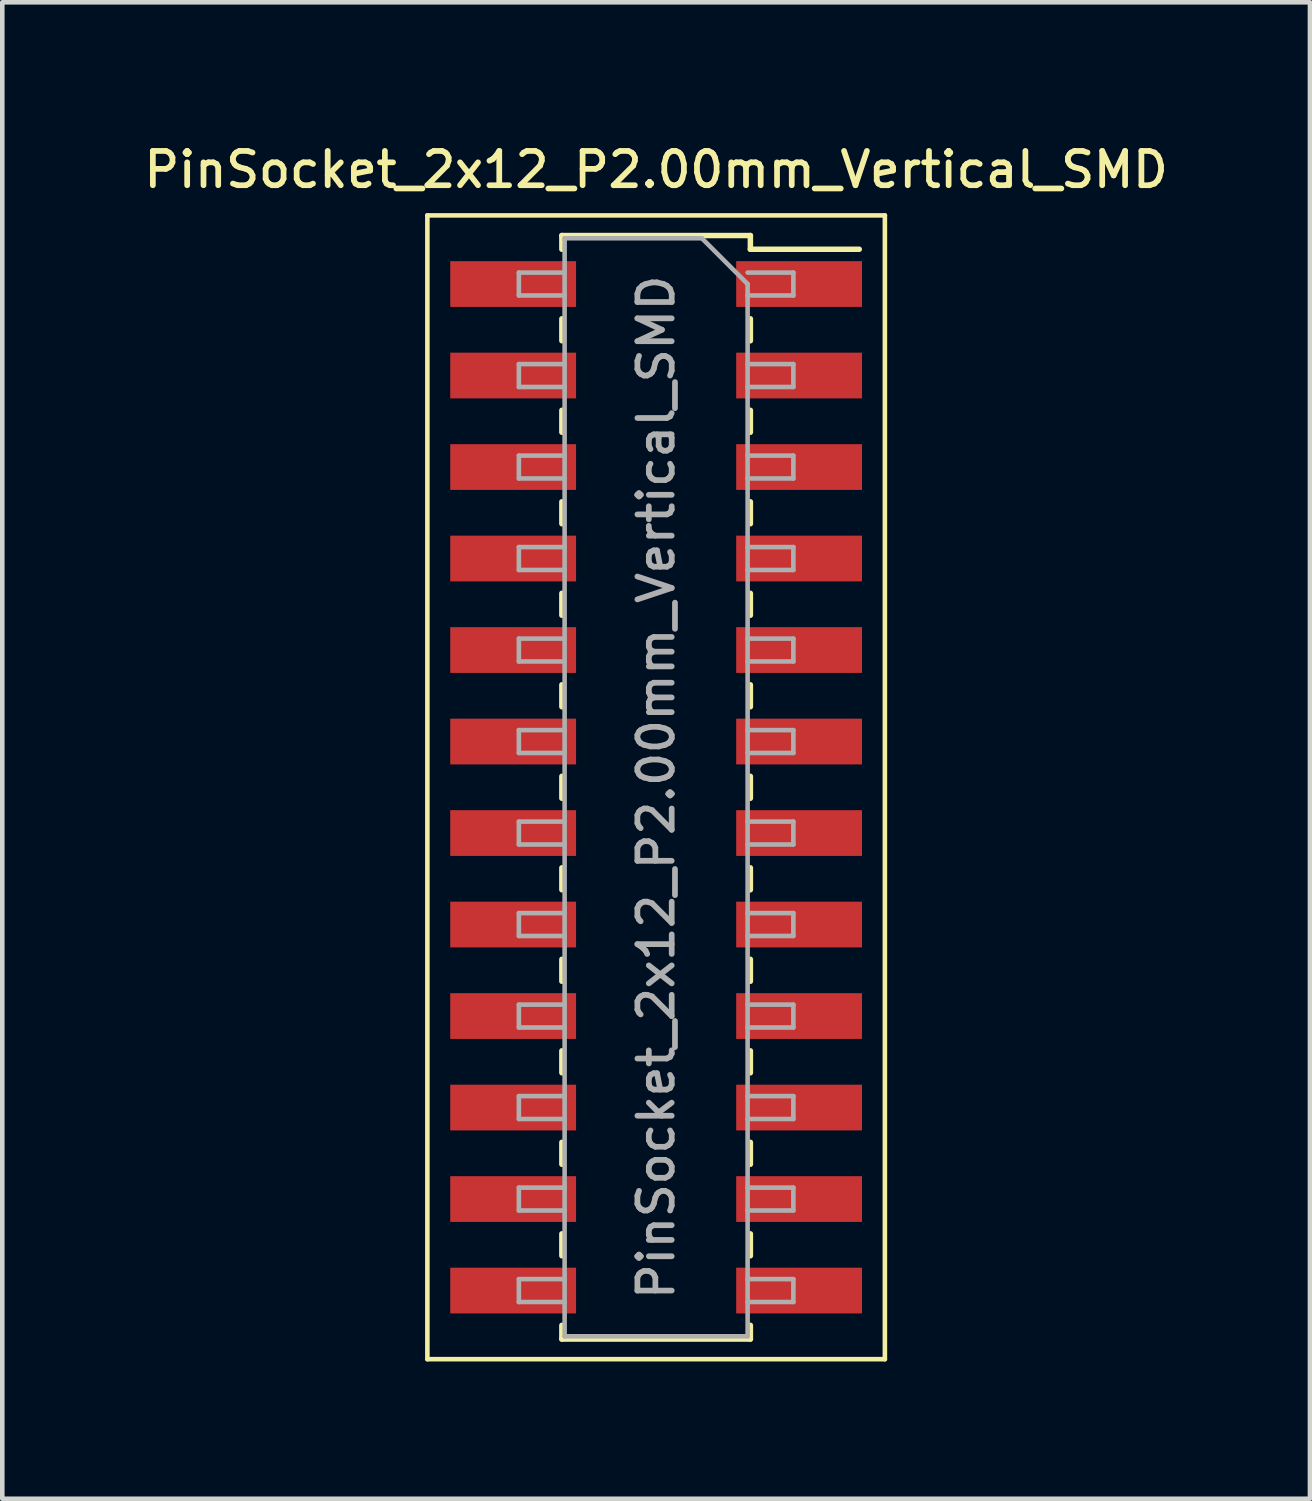
<source format=kicad_pcb>
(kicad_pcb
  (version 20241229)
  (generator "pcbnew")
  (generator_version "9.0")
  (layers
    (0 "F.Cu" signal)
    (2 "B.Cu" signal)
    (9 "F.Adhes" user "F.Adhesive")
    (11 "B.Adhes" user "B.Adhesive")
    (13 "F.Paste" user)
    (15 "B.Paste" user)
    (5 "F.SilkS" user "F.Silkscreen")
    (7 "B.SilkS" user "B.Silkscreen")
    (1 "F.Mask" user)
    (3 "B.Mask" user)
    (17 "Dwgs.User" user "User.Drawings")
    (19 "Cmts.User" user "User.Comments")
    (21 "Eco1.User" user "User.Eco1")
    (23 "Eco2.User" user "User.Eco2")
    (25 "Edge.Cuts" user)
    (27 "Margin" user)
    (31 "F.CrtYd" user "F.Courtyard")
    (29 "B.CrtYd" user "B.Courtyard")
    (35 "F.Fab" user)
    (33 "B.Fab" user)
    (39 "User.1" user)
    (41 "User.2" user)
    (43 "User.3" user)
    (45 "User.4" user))
  (footprint "PinSocket_2x12_P2.00mm_Vertical_SMD"
    (layer "F.Cu")
    (at 11.291 14.158)
    (property "Reference" "PinSocket_2x12_P2.00mm_Vertical_SMD" (at 0 -13.5 0) (layer "F.SilkS") (effects (font (size 0.75 0.75) (thickness 0.125))))
    (attr smd)
    (fp_line (start -5 -12.5) (end 5 -12.5) (stroke (width 0.1) (type solid)) (layer "F.SilkS"))
    (fp_line (start -5 12.5) (end -5 -12.5) (stroke (width 0.1) (type solid)) (layer "F.SilkS"))
    (fp_line (start -2.06 -12.06) (end -2.06 -11.76) (stroke (width 0.12) (type solid)) (layer "F.SilkS"))
    (fp_line (start -2.06 -12.06) (end 2.06 -12.06) (stroke (width 0.12) (type solid)) (layer "F.SilkS"))
    (fp_line (start -2.06 -10.24) (end -2.06 -9.76) (stroke (width 0.12) (type solid)) (layer "F.SilkS"))
    (fp_line (start -2.06 -8.24) (end -2.06 -7.76) (stroke (width 0.12) (type solid)) (layer "F.SilkS"))
    (fp_line (start -2.06 -6.24) (end -2.06 -5.76) (stroke (width 0.12) (type solid)) (layer "F.SilkS"))
    (fp_line (start -2.06 -4.24) (end -2.06 -3.76) (stroke (width 0.12) (type solid)) (layer "F.SilkS"))
    (fp_line (start -2.06 -2.24) (end -2.06 -1.76) (stroke (width 0.12) (type solid)) (layer "F.SilkS"))
    (fp_line (start -2.06 -0.24) (end -2.06 0.24) (stroke (width 0.12) (type solid)) (layer "F.SilkS"))
    (fp_line (start -2.06 1.76) (end -2.06 2.24) (stroke (width 0.12) (type solid)) (layer "F.SilkS"))
    (fp_line (start -2.06 3.76) (end -2.06 4.24) (stroke (width 0.12) (type solid)) (layer "F.SilkS"))
    (fp_line (start -2.06 5.76) (end -2.06 6.24) (stroke (width 0.12) (type solid)) (layer "F.SilkS"))
    (fp_line (start -2.06 7.76) (end -2.06 8.24) (stroke (width 0.12) (type solid)) (layer "F.SilkS"))
    (fp_line (start -2.06 9.76) (end -2.06 10.24) (stroke (width 0.12) (type solid)) (layer "F.SilkS"))
    (fp_line (start -2.06 11.76) (end -2.06 12.06) (stroke (width 0.12) (type solid)) (layer "F.SilkS"))
    (fp_line (start -2.06 12.06) (end 2.06 12.06) (stroke (width 0.12) (type solid)) (layer "F.SilkS"))
    (fp_line (start 2.06 -12.06) (end 2.06 -11.76) (stroke (width 0.12) (type solid)) (layer "F.SilkS"))
    (fp_line (start 2.06 -11.76) (end 4.44 -11.76) (stroke (width 0.12) (type solid)) (layer "F.SilkS"))
    (fp_line (start 2.06 -10.24) (end 2.06 -9.76) (stroke (width 0.12) (type solid)) (layer "F.SilkS"))
    (fp_line (start 2.06 -8.24) (end 2.06 -7.76) (stroke (width 0.12) (type solid)) (layer "F.SilkS"))
    (fp_line (start 2.06 -6.24) (end 2.06 -5.76) (stroke (width 0.12) (type solid)) (layer "F.SilkS"))
    (fp_line (start 2.06 -4.24) (end 2.06 -3.76) (stroke (width 0.12) (type solid)) (layer "F.SilkS"))
    (fp_line (start 2.06 -2.24) (end 2.06 -1.76) (stroke (width 0.12) (type solid)) (layer "F.SilkS"))
    (fp_line (start 2.06 -0.24) (end 2.06 0.24) (stroke (width 0.12) (type solid)) (layer "F.SilkS"))
    (fp_line (start 2.06 1.76) (end 2.06 2.24) (stroke (width 0.12) (type solid)) (layer "F.SilkS"))
    (fp_line (start 2.06 3.76) (end 2.06 4.24) (stroke (width 0.12) (type solid)) (layer "F.SilkS"))
    (fp_line (start 2.06 5.76) (end 2.06 6.24) (stroke (width 0.12) (type solid)) (layer "F.SilkS"))
    (fp_line (start 2.06 7.76) (end 2.06 8.24) (stroke (width 0.12) (type solid)) (layer "F.SilkS"))
    (fp_line (start 2.06 9.76) (end 2.06 10.24) (stroke (width 0.12) (type solid)) (layer "F.SilkS"))
    (fp_line (start 2.06 11.76) (end 2.06 12.06) (stroke (width 0.12) (type solid)) (layer "F.SilkS"))
    (fp_line (start 5 -12.5) (end 5 12.5) (stroke (width 0.1) (type solid)) (layer "F.SilkS"))
    (fp_line (start 5 12.5) (end -5 12.5) (stroke (width 0.1) (type solid)) (layer "F.SilkS"))
    (fp_line (start -3 -11.25) (end -2 -11.25) (stroke (width 0.1) (type solid)) (layer "F.Fab"))
    (fp_line (start -3 -10.75) (end -3 -11.25) (stroke (width 0.1) (type solid)) (layer "F.Fab"))
    (fp_line (start -3 -9.25) (end -2 -9.25) (stroke (width 0.1) (type solid)) (layer "F.Fab"))
    (fp_line (start -3 -8.75) (end -3 -9.25) (stroke (width 0.1) (type solid)) (layer "F.Fab"))
    (fp_line (start -3 -7.25) (end -2 -7.25) (stroke (width 0.1) (type solid)) (layer "F.Fab"))
    (fp_line (start -3 -6.75) (end -3 -7.25) (stroke (width 0.1) (type solid)) (layer "F.Fab"))
    (fp_line (start -3 -5.25) (end -2 -5.25) (stroke (width 0.1) (type solid)) (layer "F.Fab"))
    (fp_line (start -3 -4.75) (end -3 -5.25) (stroke (width 0.1) (type solid)) (layer "F.Fab"))
    (fp_line (start -3 -3.25) (end -2 -3.25) (stroke (width 0.1) (type solid)) (layer "F.Fab"))
    (fp_line (start -3 -2.75) (end -3 -3.25) (stroke (width 0.1) (type solid)) (layer "F.Fab"))
    (fp_line (start -3 -1.25) (end -2 -1.25) (stroke (width 0.1) (type solid)) (layer "F.Fab"))
    (fp_line (start -3 -0.75) (end -3 -1.25) (stroke (width 0.1) (type solid)) (layer "F.Fab"))
    (fp_line (start -3 0.75) (end -2 0.75) (stroke (width 0.1) (type solid)) (layer "F.Fab"))
    (fp_line (start -3 1.25) (end -3 0.75) (stroke (width 0.1) (type solid)) (layer "F.Fab"))
    (fp_line (start -3 2.75) (end -2 2.75) (stroke (width 0.1) (type solid)) (layer "F.Fab"))
    (fp_line (start -3 3.25) (end -3 2.75) (stroke (width 0.1) (type solid)) (layer "F.Fab"))
    (fp_line (start -3 4.75) (end -2 4.75) (stroke (width 0.1) (type solid)) (layer "F.Fab"))
    (fp_line (start -3 5.25) (end -3 4.75) (stroke (width 0.1) (type solid)) (layer "F.Fab"))
    (fp_line (start -3 6.75) (end -2 6.75) (stroke (width 0.1) (type solid)) (layer "F.Fab"))
    (fp_line (start -3 7.25) (end -3 6.75) (stroke (width 0.1) (type solid)) (layer "F.Fab"))
    (fp_line (start -3 8.75) (end -2 8.75) (stroke (width 0.1) (type solid)) (layer "F.Fab"))
    (fp_line (start -3 9.25) (end -3 8.75) (stroke (width 0.1) (type solid)) (layer "F.Fab"))
    (fp_line (start -3 10.75) (end -2 10.75) (stroke (width 0.1) (type solid)) (layer "F.Fab"))
    (fp_line (start -3 11.25) (end -3 10.75) (stroke (width 0.1) (type solid)) (layer "F.Fab"))
    (fp_line (start -2 -12) (end 1 -12) (stroke (width 0.1) (type solid)) (layer "F.Fab"))
    (fp_line (start -2 -10.75) (end -3 -10.75) (stroke (width 0.1) (type solid)) (layer "F.Fab"))
    (fp_line (start -2 -8.75) (end -3 -8.75) (stroke (width 0.1) (type solid)) (layer "F.Fab"))
    (fp_line (start -2 -6.75) (end -3 -6.75) (stroke (width 0.1) (type solid)) (layer "F.Fab"))
    (fp_line (start -2 -4.75) (end -3 -4.75) (stroke (width 0.1) (type solid)) (layer "F.Fab"))
    (fp_line (start -2 -2.75) (end -3 -2.75) (stroke (width 0.1) (type solid)) (layer "F.Fab"))
    (fp_line (start -2 -0.75) (end -3 -0.75) (stroke (width 0.1) (type solid)) (layer "F.Fab"))
    (fp_line (start -2 1.25) (end -3 1.25) (stroke (width 0.1) (type solid)) (layer "F.Fab"))
    (fp_line (start -2 3.25) (end -3 3.25) (stroke (width 0.1) (type solid)) (layer "F.Fab"))
    (fp_line (start -2 5.25) (end -3 5.25) (stroke (width 0.1) (type solid)) (layer "F.Fab"))
    (fp_line (start -2 7.25) (end -3 7.25) (stroke (width 0.1) (type solid)) (layer "F.Fab"))
    (fp_line (start -2 9.25) (end -3 9.25) (stroke (width 0.1) (type solid)) (layer "F.Fab"))
    (fp_line (start -2 11.25) (end -3 11.25) (stroke (width 0.1) (type solid)) (layer "F.Fab"))
    (fp_line (start -2 12) (end -2 -12) (stroke (width 0.1) (type solid)) (layer "F.Fab"))
    (fp_line (start 1 -12) (end 2 -11) (stroke (width 0.1) (type solid)) (layer "F.Fab"))
    (fp_line (start 2 -11.25) (end 3 -11.25) (stroke (width 0.1) (type solid)) (layer "F.Fab"))
    (fp_line (start 2 -11) (end 2 12) (stroke (width 0.1) (type solid)) (layer "F.Fab"))
    (fp_line (start 2 -9.25) (end 3 -9.25) (stroke (width 0.1) (type solid)) (layer "F.Fab"))
    (fp_line (start 2 -7.25) (end 3 -7.25) (stroke (width 0.1) (type solid)) (layer "F.Fab"))
    (fp_line (start 2 -5.25) (end 3 -5.25) (stroke (width 0.1) (type solid)) (layer "F.Fab"))
    (fp_line (start 2 -3.25) (end 3 -3.25) (stroke (width 0.1) (type solid)) (layer "F.Fab"))
    (fp_line (start 2 -1.25) (end 3 -1.25) (stroke (width 0.1) (type solid)) (layer "F.Fab"))
    (fp_line (start 2 0.75) (end 3 0.75) (stroke (width 0.1) (type solid)) (layer "F.Fab"))
    (fp_line (start 2 2.75) (end 3 2.75) (stroke (width 0.1) (type solid)) (layer "F.Fab"))
    (fp_line (start 2 4.75) (end 3 4.75) (stroke (width 0.1) (type solid)) (layer "F.Fab"))
    (fp_line (start 2 6.75) (end 3 6.75) (stroke (width 0.1) (type solid)) (layer "F.Fab"))
    (fp_line (start 2 8.75) (end 3 8.75) (stroke (width 0.1) (type solid)) (layer "F.Fab"))
    (fp_line (start 2 10.75) (end 3 10.75) (stroke (width 0.1) (type solid)) (layer "F.Fab"))
    (fp_line (start 2 12) (end -2 12) (stroke (width 0.1) (type solid)) (layer "F.Fab"))
    (fp_line (start 3 -11.25) (end 3 -10.75) (stroke (width 0.1) (type solid)) (layer "F.Fab"))
    (fp_line (start 3 -10.75) (end 2 -10.75) (stroke (width 0.1) (type solid)) (layer "F.Fab"))
    (fp_line (start 3 -9.25) (end 3 -8.75) (stroke (width 0.1) (type solid)) (layer "F.Fab"))
    (fp_line (start 3 -8.75) (end 2 -8.75) (stroke (width 0.1) (type solid)) (layer "F.Fab"))
    (fp_line (start 3 -7.25) (end 3 -6.75) (stroke (width 0.1) (type solid)) (layer "F.Fab"))
    (fp_line (start 3 -6.75) (end 2 -6.75) (stroke (width 0.1) (type solid)) (layer "F.Fab"))
    (fp_line (start 3 -5.25) (end 3 -4.75) (stroke (width 0.1) (type solid)) (layer "F.Fab"))
    (fp_line (start 3 -4.75) (end 2 -4.75) (stroke (width 0.1) (type solid)) (layer "F.Fab"))
    (fp_line (start 3 -3.25) (end 3 -2.75) (stroke (width 0.1) (type solid)) (layer "F.Fab"))
    (fp_line (start 3 -2.75) (end 2 -2.75) (stroke (width 0.1) (type solid)) (layer "F.Fab"))
    (fp_line (start 3 -1.25) (end 3 -0.75) (stroke (width 0.1) (type solid)) (layer "F.Fab"))
    (fp_line (start 3 -0.75) (end 2 -0.75) (stroke (width 0.1) (type solid)) (layer "F.Fab"))
    (fp_line (start 3 0.75) (end 3 1.25) (stroke (width 0.1) (type solid)) (layer "F.Fab"))
    (fp_line (start 3 1.25) (end 2 1.25) (stroke (width 0.1) (type solid)) (layer "F.Fab"))
    (fp_line (start 3 2.75) (end 3 3.25) (stroke (width 0.1) (type solid)) (layer "F.Fab"))
    (fp_line (start 3 3.25) (end 2 3.25) (stroke (width 0.1) (type solid)) (layer "F.Fab"))
    (fp_line (start 3 4.75) (end 3 5.25) (stroke (width 0.1) (type solid)) (layer "F.Fab"))
    (fp_line (start 3 5.25) (end 2 5.25) (stroke (width 0.1) (type solid)) (layer "F.Fab"))
    (fp_line (start 3 6.75) (end 3 7.25) (stroke (width 0.1) (type solid)) (layer "F.Fab"))
    (fp_line (start 3 7.25) (end 2 7.25) (stroke (width 0.1) (type solid)) (layer "F.Fab"))
    (fp_line (start 3 8.75) (end 3 9.25) (stroke (width 0.1) (type solid)) (layer "F.Fab"))
    (fp_line (start 3 9.25) (end 2 9.25) (stroke (width 0.1) (type solid)) (layer "F.Fab"))
    (fp_line (start 3 10.75) (end 3 11.25) (stroke (width 0.1) (type solid)) (layer "F.Fab"))
    (fp_line (start 3 11.25) (end 2 11.25) (stroke (width 0.1) (type solid)) (layer "F.Fab"))
    (fp_text user "${REFERENCE}" (at 0 0 90) (layer "F.Fab") (effects (font (size 0.75 0.75) (thickness 0.125))))
    (pad "1" smd rect (at 3.125 -11) (size 2.75 1) (layers "F.Cu" "F.Mask" "F.Paste"))
    (pad "2" smd rect (at -3.125 -11) (size 2.75 1) (layers "F.Cu" "F.Mask" "F.Paste"))
    (pad "3" smd rect (at 3.125 -9) (size 2.75 1) (layers "F.Cu" "F.Mask" "F.Paste"))
    (pad "4" smd rect (at -3.125 -9) (size 2.75 1) (layers "F.Cu" "F.Mask" "F.Paste"))
    (pad "5" smd rect (at 3.125 -7) (size 2.75 1) (layers "F.Cu" "F.Mask" "F.Paste"))
    (pad "6" smd rect (at -3.125 -7) (size 2.75 1) (layers "F.Cu" "F.Mask" "F.Paste"))
    (pad "7" smd rect (at 3.125 -5) (size 2.75 1) (layers "F.Cu" "F.Mask" "F.Paste"))
    (pad "8" smd rect (at -3.125 -5) (size 2.75 1) (layers "F.Cu" "F.Mask" "F.Paste"))
    (pad "9" smd rect (at 3.125 -3) (size 2.75 1) (layers "F.Cu" "F.Mask" "F.Paste"))
    (pad "10" smd rect (at -3.125 -3) (size 2.75 1) (layers "F.Cu" "F.Mask" "F.Paste"))
    (pad "11" smd rect (at 3.125 -1) (size 2.75 1) (layers "F.Cu" "F.Mask" "F.Paste"))
    (pad "12" smd rect (at -3.125 -1) (size 2.75 1) (layers "F.Cu" "F.Mask" "F.Paste"))
    (pad "13" smd rect (at 3.125 1) (size 2.75 1) (layers "F.Cu" "F.Mask" "F.Paste"))
    (pad "14" smd rect (at -3.125 1) (size 2.75 1) (layers "F.Cu" "F.Mask" "F.Paste"))
    (pad "15" smd rect (at 3.125 3) (size 2.75 1) (layers "F.Cu" "F.Mask" "F.Paste"))
    (pad "16" smd rect (at -3.125 3) (size 2.75 1) (layers "F.Cu" "F.Mask" "F.Paste"))
    (pad "17" smd rect (at 3.125 5) (size 2.75 1) (layers "F.Cu" "F.Mask" "F.Paste"))
    (pad "18" smd rect (at -3.125 5) (size 2.75 1) (layers "F.Cu" "F.Mask" "F.Paste"))
    (pad "19" smd rect (at 3.125 7) (size 2.75 1) (layers "F.Cu" "F.Mask" "F.Paste"))
    (pad "20" smd rect (at -3.125 7) (size 2.75 1) (layers "F.Cu" "F.Mask" "F.Paste"))
    (pad "21" smd rect (at 3.125 9) (size 2.75 1) (layers "F.Cu" "F.Mask" "F.Paste"))
    (pad "22" smd rect (at -3.125 9) (size 2.75 1) (layers "F.Cu" "F.Mask" "F.Paste"))
    (pad "23" smd rect (at 3.125 11) (size 2.75 1) (layers "F.Cu" "F.Mask" "F.Paste"))
    (pad "24" smd rect (at -3.125 11) (size 2.75 1) (layers "F.Cu" "F.Mask" "F.Paste")))
  (gr_rect
    (start -3 -3)
    (end 25.582 29.708)
    (stroke (width 0.1) (type default))
    (fill no)
    (layer "Edge.Cuts")))
</source>
